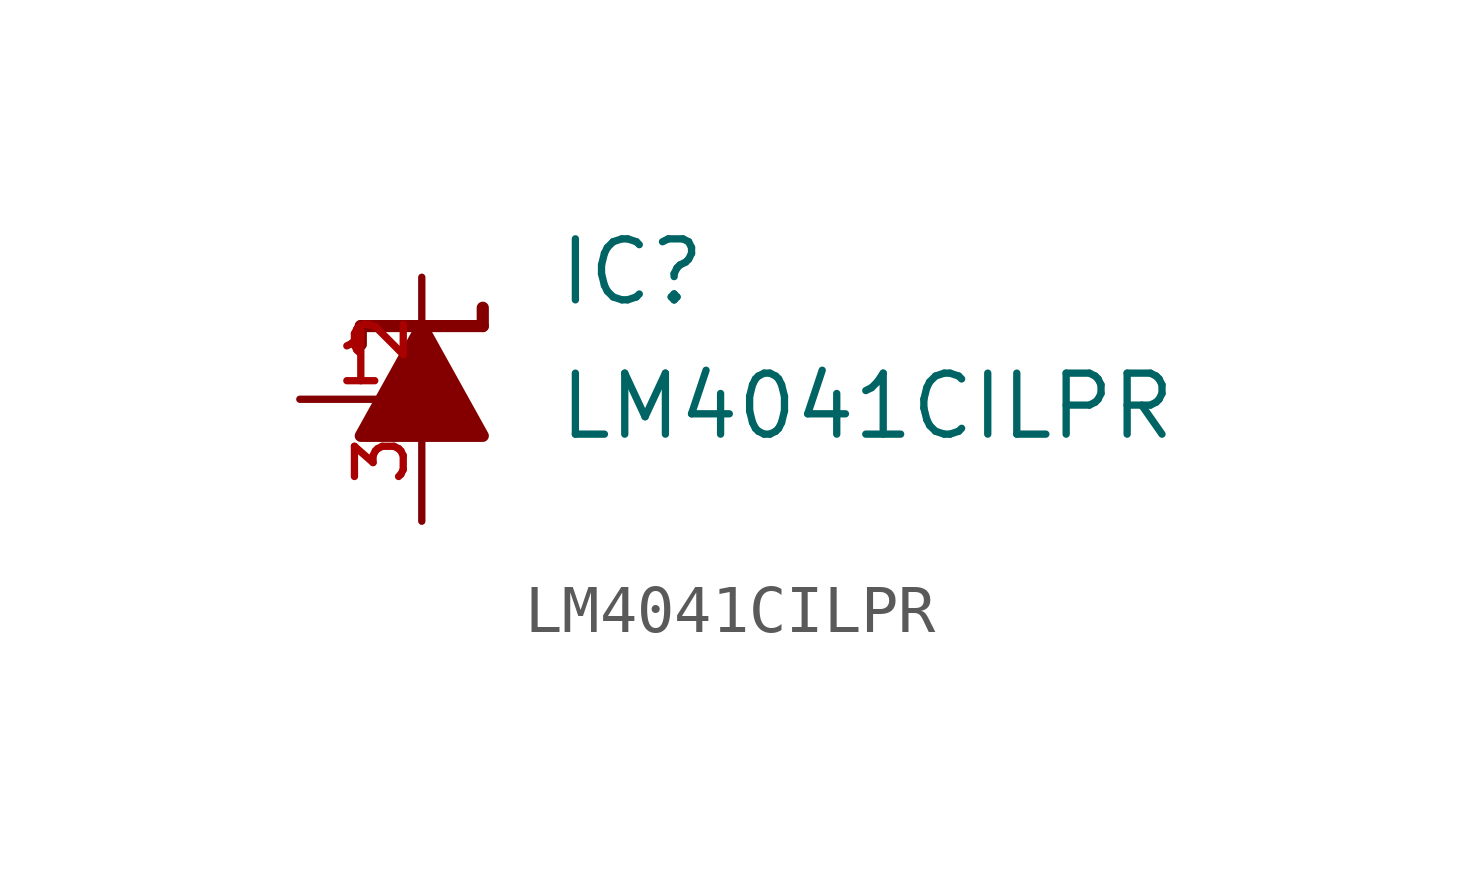
<source format=kicad_sym>
(kicad_symbol_lib
  (version 20220914)
  (generator kicad_symbol_editor)
  (symbol "LM4041CILPR"
    (pin_names
      (offset 1.016))
    (property "Reference" "IC"
      (at 2.796 1.907 0)
      (effects (font (size 1.27 1.27)) (justify left bottom)))
    (property "Value" "LM4041CILPR"
      (at 2.796 -0.89 0)
      (effects (font (size 1.27 1.27)) (justify left bottom)))
    (symbol "LM4041CILPR_0_0"
      (polyline (pts (xy -1.27 1.524) (xy -1.27 1.143)) (stroke (width 0.254) (type default)) (fill (type none)))
      (polyline (pts (xy 0 1.524) (xy -1.27 1.524)) (stroke (width 0.254) (type default)) (fill (type none)))
      (polyline (pts (xy 1.27 1.524) (xy 0 1.524)) (stroke (width 0.254) (type default)) (fill (type none)))
      (polyline (pts (xy 1.27 1.905) (xy 1.27 1.524)) (stroke (width 0.254) (type default)) (fill (type none)))
      (polyline (pts (xy 0 1.524) (xy -1.27 -0.762) (xy 1.27 -0.762) (xy 0 1.524)) (stroke (width 0.254) (type default)) (fill (type outline)))
      (pin passive line (at -2.54 0 0) (length 2.54) (name "~" (effects (font (size 1.016 1.016)))) (number "1" (effects (font (size 1.016 1.016)))))
      (pin passive line (at 0 2.54 270) (length 2.54) (name "~" (effects (font (size 1.016 1.016)))) (number "2" (effects (font (size 1.016 1.016)))))
      (pin passive line (at 0 -2.54 90) (length 2.54) (name "~" (effects (font (size 1.016 1.016)))) (number "3" (effects (font (size 1.016 1.016))))))))
</source>
